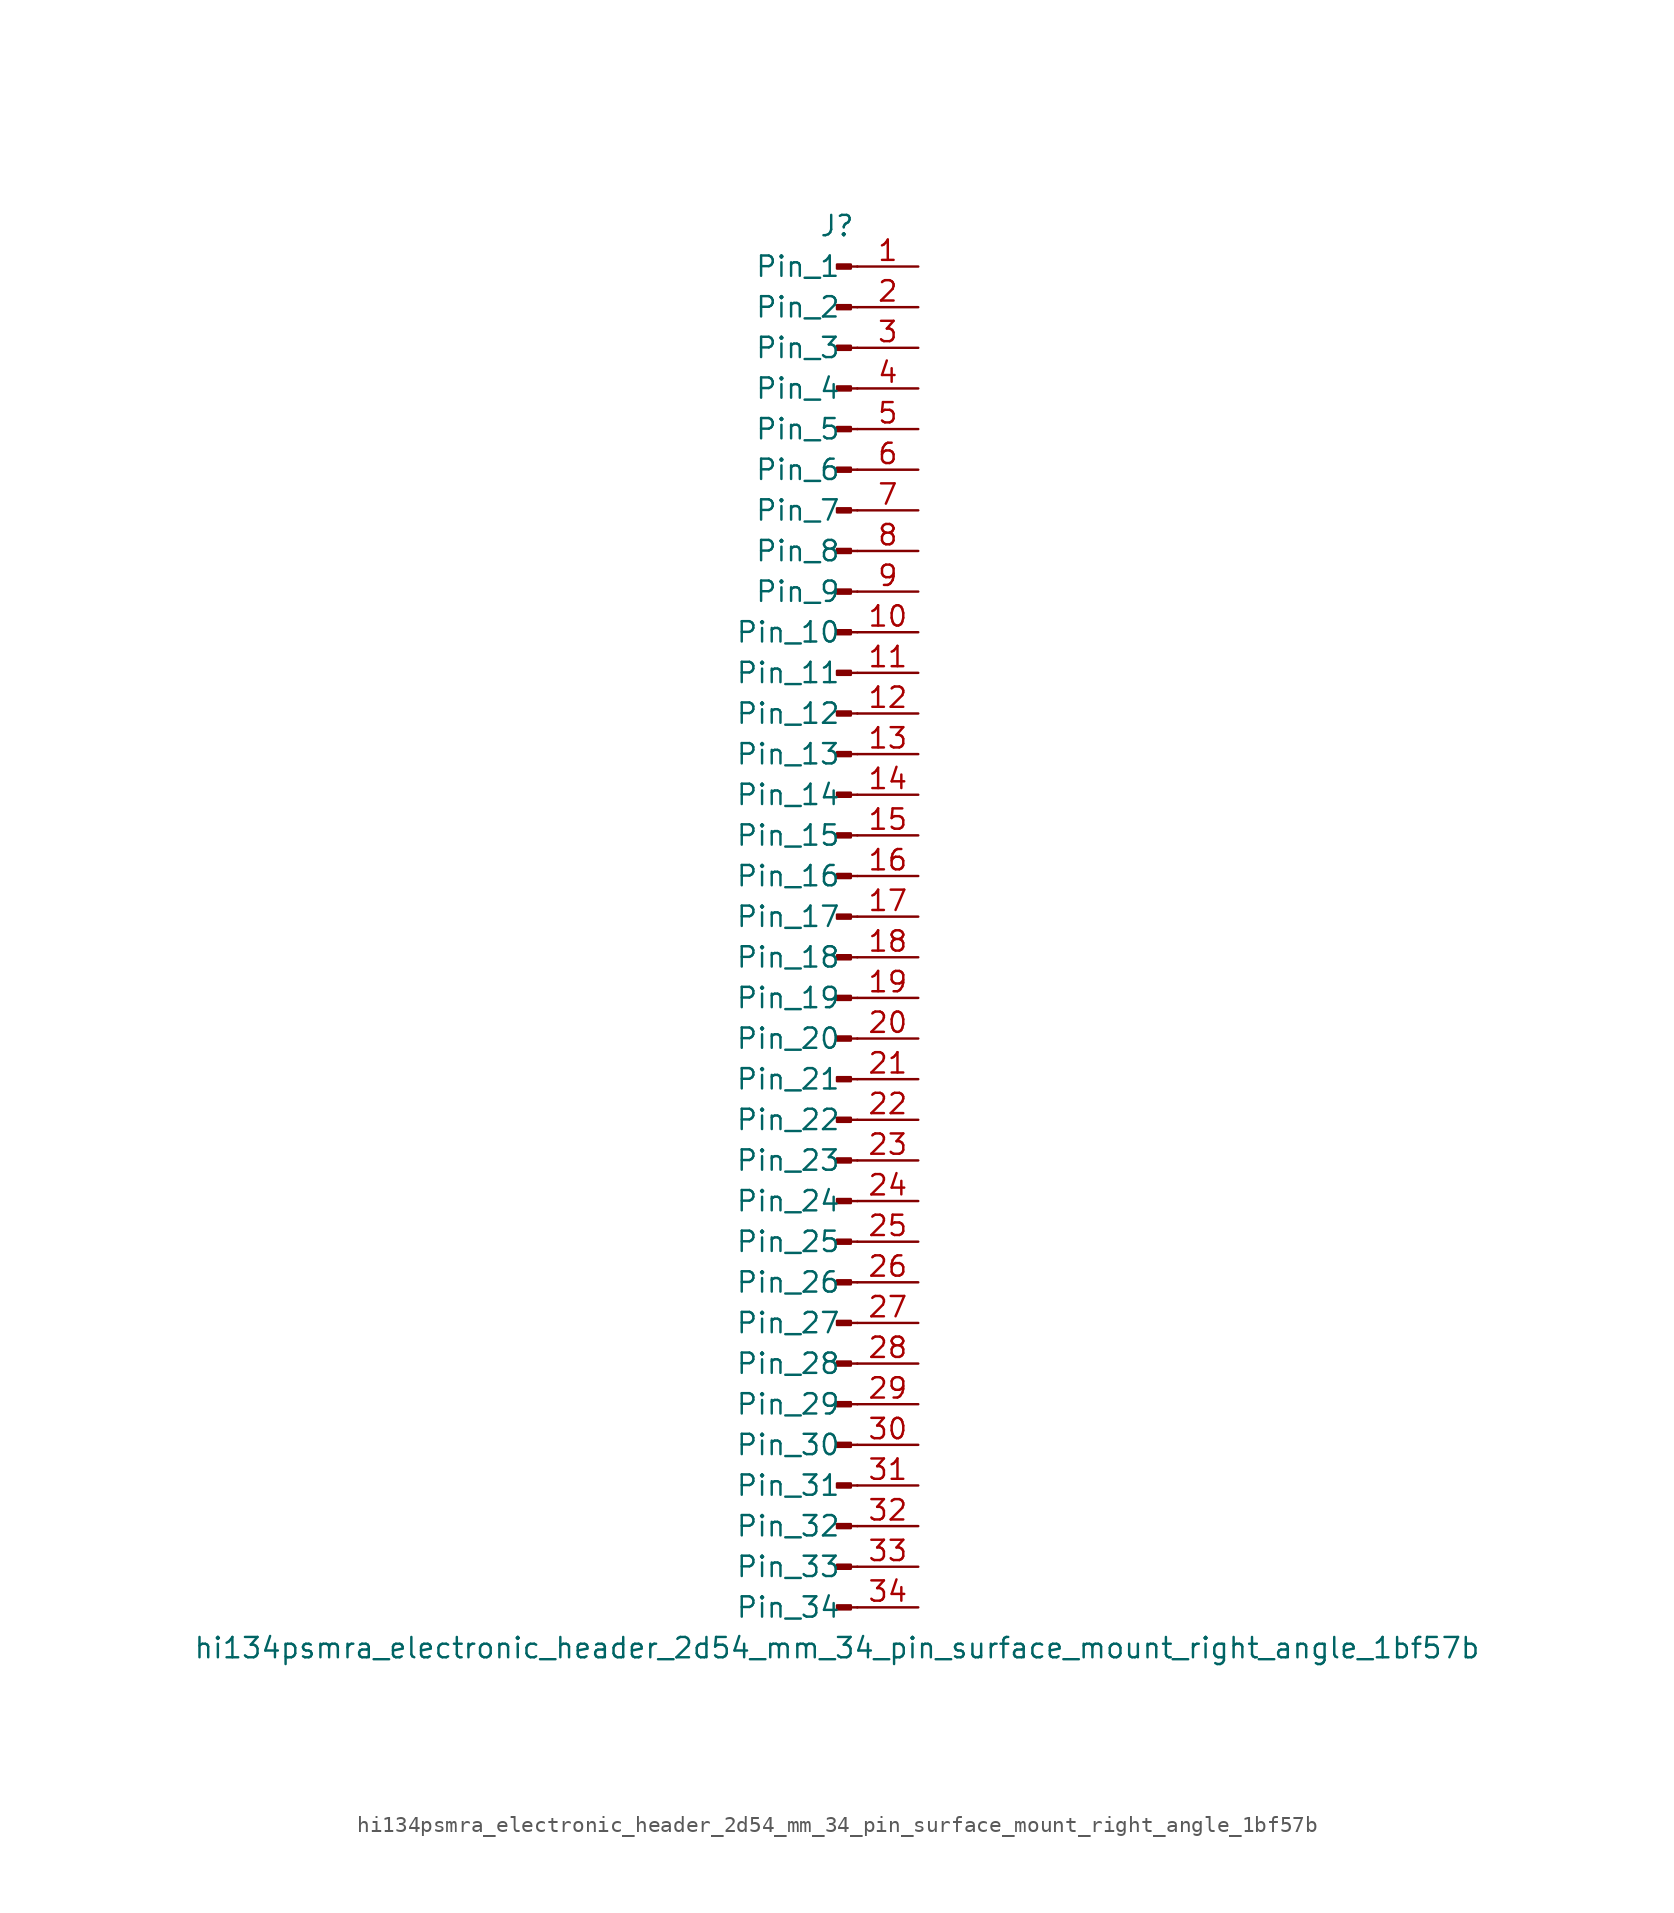
<source format=kicad_sym>
(kicad_symbol_lib
  (version 20220914)
  (generator kicad_symbol_editor)
  (symbol "hi134psmra_electronic_header_2d54_mm_34_pin_surface_mount_right_angle_1bf57b"
    (pin_names
      (offset 1.016))
    (property "Reference" "J"
      (at 0 43.18 0)
      (effects (font (size 1.27 1.27))))
    (property "Value" "hi134psmra_electronic_header_2d54_mm_34_pin_surface_mount_right_angle_1bf57b"
      (at 0 -45.72 0)
      (effects (font (size 1.27 1.27))))
    (property "ki_locked" ""
      (at 0 0 0)
      (effects (font (size 1.27 1.27))))
    (symbol "hi134psmra_electronic_header_2d54_mm_34_pin_surface_mount_right_angle_1bf57b_1_1"
      (polyline (pts (xy 1.27 -43.18) (xy 0.864 -43.18)) (stroke (width 0.152) (type default)) (fill (type none)))
      (polyline (pts (xy 1.27 -40.64) (xy 0.864 -40.64)) (stroke (width 0.152) (type default)) (fill (type none)))
      (polyline (pts (xy 1.27 -38.1) (xy 0.864 -38.1)) (stroke (width 0.152) (type default)) (fill (type none)))
      (polyline (pts (xy 1.27 -35.56) (xy 0.864 -35.56)) (stroke (width 0.152) (type default)) (fill (type none)))
      (polyline (pts (xy 1.27 -33.02) (xy 0.864 -33.02)) (stroke (width 0.152) (type default)) (fill (type none)))
      (polyline (pts (xy 1.27 -30.48) (xy 0.864 -30.48)) (stroke (width 0.152) (type default)) (fill (type none)))
      (polyline (pts (xy 1.27 -27.94) (xy 0.864 -27.94)) (stroke (width 0.152) (type default)) (fill (type none)))
      (polyline (pts (xy 1.27 -25.4) (xy 0.864 -25.4)) (stroke (width 0.152) (type default)) (fill (type none)))
      (polyline (pts (xy 1.27 -22.86) (xy 0.864 -22.86)) (stroke (width 0.152) (type default)) (fill (type none)))
      (polyline (pts (xy 1.27 -20.32) (xy 0.864 -20.32)) (stroke (width 0.152) (type default)) (fill (type none)))
      (polyline (pts (xy 1.27 -17.78) (xy 0.864 -17.78)) (stroke (width 0.152) (type default)) (fill (type none)))
      (polyline (pts (xy 1.27 -15.24) (xy 0.864 -15.24)) (stroke (width 0.152) (type default)) (fill (type none)))
      (polyline (pts (xy 1.27 -12.7) (xy 0.864 -12.7)) (stroke (width 0.152) (type default)) (fill (type none)))
      (polyline (pts (xy 1.27 -10.16) (xy 0.864 -10.16)) (stroke (width 0.152) (type default)) (fill (type none)))
      (polyline (pts (xy 1.27 -7.62) (xy 0.864 -7.62)) (stroke (width 0.152) (type default)) (fill (type none)))
      (polyline (pts (xy 1.27 -5.08) (xy 0.864 -5.08)) (stroke (width 0.152) (type default)) (fill (type none)))
      (polyline (pts (xy 1.27 -2.54) (xy 0.864 -2.54)) (stroke (width 0.152) (type default)) (fill (type none)))
      (polyline (pts (xy 1.27 0) (xy 0.864 0)) (stroke (width 0.152) (type default)) (fill (type none)))
      (polyline (pts (xy 1.27 2.54) (xy 0.864 2.54)) (stroke (width 0.152) (type default)) (fill (type none)))
      (polyline (pts (xy 1.27 5.08) (xy 0.864 5.08)) (stroke (width 0.152) (type default)) (fill (type none)))
      (polyline (pts (xy 1.27 7.62) (xy 0.864 7.62)) (stroke (width 0.152) (type default)) (fill (type none)))
      (polyline (pts (xy 1.27 10.16) (xy 0.864 10.16)) (stroke (width 0.152) (type default)) (fill (type none)))
      (polyline (pts (xy 1.27 12.7) (xy 0.864 12.7)) (stroke (width 0.152) (type default)) (fill (type none)))
      (polyline (pts (xy 1.27 15.24) (xy 0.864 15.24)) (stroke (width 0.152) (type default)) (fill (type none)))
      (polyline (pts (xy 1.27 17.78) (xy 0.864 17.78)) (stroke (width 0.152) (type default)) (fill (type none)))
      (polyline (pts (xy 1.27 20.32) (xy 0.864 20.32)) (stroke (width 0.152) (type default)) (fill (type none)))
      (polyline (pts (xy 1.27 22.86) (xy 0.864 22.86)) (stroke (width 0.152) (type default)) (fill (type none)))
      (polyline (pts (xy 1.27 25.4) (xy 0.864 25.4)) (stroke (width 0.152) (type default)) (fill (type none)))
      (polyline (pts (xy 1.27 27.94) (xy 0.864 27.94)) (stroke (width 0.152) (type default)) (fill (type none)))
      (polyline (pts (xy 1.27 30.48) (xy 0.864 30.48)) (stroke (width 0.152) (type default)) (fill (type none)))
      (polyline (pts (xy 1.27 33.02) (xy 0.864 33.02)) (stroke (width 0.152) (type default)) (fill (type none)))
      (polyline (pts (xy 1.27 35.56) (xy 0.864 35.56)) (stroke (width 0.152) (type default)) (fill (type none)))
      (polyline (pts (xy 1.27 38.1) (xy 0.864 38.1)) (stroke (width 0.152) (type default)) (fill (type none)))
      (polyline (pts (xy 1.27 40.64) (xy 0.864 40.64)) (stroke (width 0.152) (type default)) (fill (type none)))
      (rectangle (start 0.864 -43.053) (end 0 -43.307) (stroke (width 0.152) (type default)) (fill (type outline)))
      (rectangle (start 0.864 -40.513) (end 0 -40.767) (stroke (width 0.152) (type default)) (fill (type outline)))
      (rectangle (start 0.864 -37.973) (end 0 -38.227) (stroke (width 0.152) (type default)) (fill (type outline)))
      (rectangle (start 0.864 -35.433) (end 0 -35.687) (stroke (width 0.152) (type default)) (fill (type outline)))
      (rectangle (start 0.864 -32.893) (end 0 -33.147) (stroke (width 0.152) (type default)) (fill (type outline)))
      (rectangle (start 0.864 -30.353) (end 0 -30.607) (stroke (width 0.152) (type default)) (fill (type outline)))
      (rectangle (start 0.864 -27.813) (end 0 -28.067) (stroke (width 0.152) (type default)) (fill (type outline)))
      (rectangle (start 0.864 -25.273) (end 0 -25.527) (stroke (width 0.152) (type default)) (fill (type outline)))
      (rectangle (start 0.864 -22.733) (end 0 -22.987) (stroke (width 0.152) (type default)) (fill (type outline)))
      (rectangle (start 0.864 -20.193) (end 0 -20.447) (stroke (width 0.152) (type default)) (fill (type outline)))
      (rectangle (start 0.864 -17.653) (end 0 -17.907) (stroke (width 0.152) (type default)) (fill (type outline)))
      (rectangle (start 0.864 -15.113) (end 0 -15.367) (stroke (width 0.152) (type default)) (fill (type outline)))
      (rectangle (start 0.864 -12.573) (end 0 -12.827) (stroke (width 0.152) (type default)) (fill (type outline)))
      (rectangle (start 0.864 -10.033) (end 0 -10.287) (stroke (width 0.152) (type default)) (fill (type outline)))
      (rectangle (start 0.864 -7.493) (end 0 -7.747) (stroke (width 0.152) (type default)) (fill (type outline)))
      (rectangle (start 0.864 -4.953) (end 0 -5.207) (stroke (width 0.152) (type default)) (fill (type outline)))
      (rectangle (start 0.864 -2.413) (end 0 -2.667) (stroke (width 0.152) (type default)) (fill (type outline)))
      (rectangle (start 0.864 0.127) (end 0 -0.127) (stroke (width 0.152) (type default)) (fill (type outline)))
      (rectangle (start 0.864 2.667) (end 0 2.413) (stroke (width 0.152) (type default)) (fill (type outline)))
      (rectangle (start 0.864 5.207) (end 0 4.953) (stroke (width 0.152) (type default)) (fill (type outline)))
      (rectangle (start 0.864 7.747) (end 0 7.493) (stroke (width 0.152) (type default)) (fill (type outline)))
      (rectangle (start 0.864 10.287) (end 0 10.033) (stroke (width 0.152) (type default)) (fill (type outline)))
      (rectangle (start 0.864 12.827) (end 0 12.573) (stroke (width 0.152) (type default)) (fill (type outline)))
      (rectangle (start 0.864 15.367) (end 0 15.113) (stroke (width 0.152) (type default)) (fill (type outline)))
      (rectangle (start 0.864 17.907) (end 0 17.653) (stroke (width 0.152) (type default)) (fill (type outline)))
      (rectangle (start 0.864 20.447) (end 0 20.193) (stroke (width 0.152) (type default)) (fill (type outline)))
      (rectangle (start 0.864 22.987) (end 0 22.733) (stroke (width 0.152) (type default)) (fill (type outline)))
      (rectangle (start 0.864 25.527) (end 0 25.273) (stroke (width 0.152) (type default)) (fill (type outline)))
      (rectangle (start 0.864 28.067) (end 0 27.813) (stroke (width 0.152) (type default)) (fill (type outline)))
      (rectangle (start 0.864 30.607) (end 0 30.353) (stroke (width 0.152) (type default)) (fill (type outline)))
      (rectangle (start 0.864 33.147) (end 0 32.893) (stroke (width 0.152) (type default)) (fill (type outline)))
      (rectangle (start 0.864 35.687) (end 0 35.433) (stroke (width 0.152) (type default)) (fill (type outline)))
      (rectangle (start 0.864 38.227) (end 0 37.973) (stroke (width 0.152) (type default)) (fill (type outline)))
      (rectangle (start 0.864 40.767) (end 0 40.513) (stroke (width 0.152) (type default)) (fill (type outline)))
      (pin passive line (at 5.08 40.64 180) (length 3.81) (name "Pin_1" (effects (font (size 1.27 1.27)))) (number "1" (effects (font (size 1.27 1.27)))))
      (pin passive line (at 5.08 17.78 180) (length 3.81) (name "Pin_10" (effects (font (size 1.27 1.27)))) (number "10" (effects (font (size 1.27 1.27)))))
      (pin passive line (at 5.08 15.24 180) (length 3.81) (name "Pin_11" (effects (font (size 1.27 1.27)))) (number "11" (effects (font (size 1.27 1.27)))))
      (pin passive line (at 5.08 12.7 180) (length 3.81) (name "Pin_12" (effects (font (size 1.27 1.27)))) (number "12" (effects (font (size 1.27 1.27)))))
      (pin passive line (at 5.08 10.16 180) (length 3.81) (name "Pin_13" (effects (font (size 1.27 1.27)))) (number "13" (effects (font (size 1.27 1.27)))))
      (pin passive line (at 5.08 7.62 180) (length 3.81) (name "Pin_14" (effects (font (size 1.27 1.27)))) (number "14" (effects (font (size 1.27 1.27)))))
      (pin passive line (at 5.08 5.08 180) (length 3.81) (name "Pin_15" (effects (font (size 1.27 1.27)))) (number "15" (effects (font (size 1.27 1.27)))))
      (pin passive line (at 5.08 2.54 180) (length 3.81) (name "Pin_16" (effects (font (size 1.27 1.27)))) (number "16" (effects (font (size 1.27 1.27)))))
      (pin passive line (at 5.08 0 180) (length 3.81) (name "Pin_17" (effects (font (size 1.27 1.27)))) (number "17" (effects (font (size 1.27 1.27)))))
      (pin passive line (at 5.08 -2.54 180) (length 3.81) (name "Pin_18" (effects (font (size 1.27 1.27)))) (number "18" (effects (font (size 1.27 1.27)))))
      (pin passive line (at 5.08 -5.08 180) (length 3.81) (name "Pin_19" (effects (font (size 1.27 1.27)))) (number "19" (effects (font (size 1.27 1.27)))))
      (pin passive line (at 5.08 38.1 180) (length 3.81) (name "Pin_2" (effects (font (size 1.27 1.27)))) (number "2" (effects (font (size 1.27 1.27)))))
      (pin passive line (at 5.08 -7.62 180) (length 3.81) (name "Pin_20" (effects (font (size 1.27 1.27)))) (number "20" (effects (font (size 1.27 1.27)))))
      (pin passive line (at 5.08 -10.16 180) (length 3.81) (name "Pin_21" (effects (font (size 1.27 1.27)))) (number "21" (effects (font (size 1.27 1.27)))))
      (pin passive line (at 5.08 -12.7 180) (length 3.81) (name "Pin_22" (effects (font (size 1.27 1.27)))) (number "22" (effects (font (size 1.27 1.27)))))
      (pin passive line (at 5.08 -15.24 180) (length 3.81) (name "Pin_23" (effects (font (size 1.27 1.27)))) (number "23" (effects (font (size 1.27 1.27)))))
      (pin passive line (at 5.08 -17.78 180) (length 3.81) (name "Pin_24" (effects (font (size 1.27 1.27)))) (number "24" (effects (font (size 1.27 1.27)))))
      (pin passive line (at 5.08 -20.32 180) (length 3.81) (name "Pin_25" (effects (font (size 1.27 1.27)))) (number "25" (effects (font (size 1.27 1.27)))))
      (pin passive line (at 5.08 -22.86 180) (length 3.81) (name "Pin_26" (effects (font (size 1.27 1.27)))) (number "26" (effects (font (size 1.27 1.27)))))
      (pin passive line (at 5.08 -25.4 180) (length 3.81) (name "Pin_27" (effects (font (size 1.27 1.27)))) (number "27" (effects (font (size 1.27 1.27)))))
      (pin passive line (at 5.08 -27.94 180) (length 3.81) (name "Pin_28" (effects (font (size 1.27 1.27)))) (number "28" (effects (font (size 1.27 1.27)))))
      (pin passive line (at 5.08 -30.48 180) (length 3.81) (name "Pin_29" (effects (font (size 1.27 1.27)))) (number "29" (effects (font (size 1.27 1.27)))))
      (pin passive line (at 5.08 35.56 180) (length 3.81) (name "Pin_3" (effects (font (size 1.27 1.27)))) (number "3" (effects (font (size 1.27 1.27)))))
      (pin passive line (at 5.08 -33.02 180) (length 3.81) (name "Pin_30" (effects (font (size 1.27 1.27)))) (number "30" (effects (font (size 1.27 1.27)))))
      (pin passive line (at 5.08 -35.56 180) (length 3.81) (name "Pin_31" (effects (font (size 1.27 1.27)))) (number "31" (effects (font (size 1.27 1.27)))))
      (pin passive line (at 5.08 -38.1 180) (length 3.81) (name "Pin_32" (effects (font (size 1.27 1.27)))) (number "32" (effects (font (size 1.27 1.27)))))
      (pin passive line (at 5.08 -40.64 180) (length 3.81) (name "Pin_33" (effects (font (size 1.27 1.27)))) (number "33" (effects (font (size 1.27 1.27)))))
      (pin passive line (at 5.08 -43.18 180) (length 3.81) (name "Pin_34" (effects (font (size 1.27 1.27)))) (number "34" (effects (font (size 1.27 1.27)))))
      (pin passive line (at 5.08 33.02 180) (length 3.81) (name "Pin_4" (effects (font (size 1.27 1.27)))) (number "4" (effects (font (size 1.27 1.27)))))
      (pin passive line (at 5.08 30.48 180) (length 3.81) (name "Pin_5" (effects (font (size 1.27 1.27)))) (number "5" (effects (font (size 1.27 1.27)))))
      (pin passive line (at 5.08 27.94 180) (length 3.81) (name "Pin_6" (effects (font (size 1.27 1.27)))) (number "6" (effects (font (size 1.27 1.27)))))
      (pin passive line (at 5.08 25.4 180) (length 3.81) (name "Pin_7" (effects (font (size 1.27 1.27)))) (number "7" (effects (font (size 1.27 1.27)))))
      (pin passive line (at 5.08 22.86 180) (length 3.81) (name "Pin_8" (effects (font (size 1.27 1.27)))) (number "8" (effects (font (size 1.27 1.27)))))
      (pin passive line (at 5.08 20.32 180) (length 3.81) (name "Pin_9" (effects (font (size 1.27 1.27)))) (number "9" (effects (font (size 1.27 1.27))))))))
</source>
